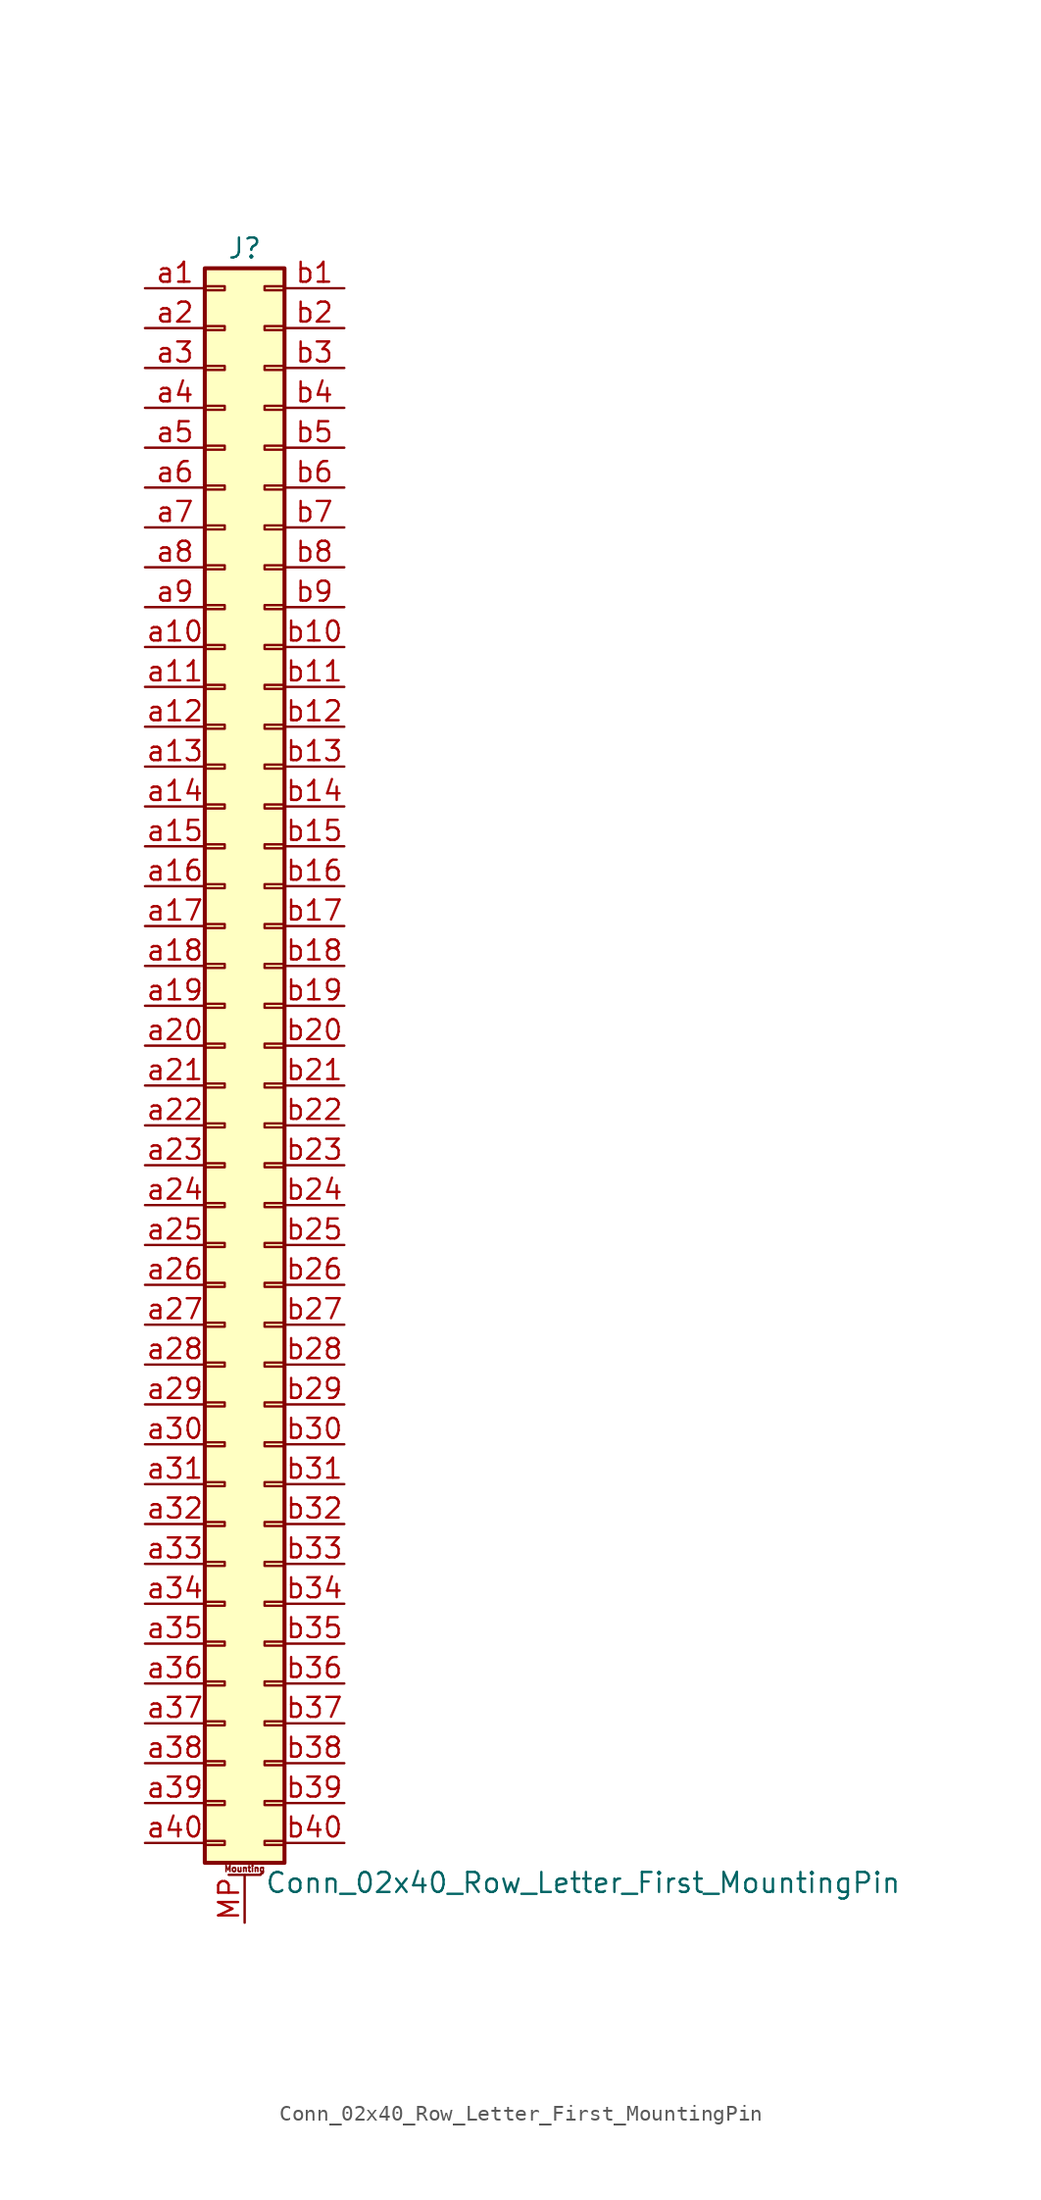
<source format=kicad_sym>
(kicad_symbol_lib
  (version 20201005)
  (generator kicad_symbol_editor)
  (symbol "Conn_02x40_Row_Letter_First_MountingPin"
    (pin_names
      (offset 1.016) hide)
    (property "Reference" "J"
      (at 1.27 50.8 0)
      (effects (font (size 1.27 1.27))))
    (property "Value" "Conn_02x40_Row_Letter_First_MountingPin"
      (at 2.54 -53.34 0)
      (effects (font (size 1.27 1.27)) (justify left)))
    (symbol "Conn_02x40_Row_Letter_First_MountingPin_1_1"
      (text "Mounting" (at 1.27 -52.451 0) (effects (font (size 0.381 0.381))))
      (rectangle (start -1.27 -50.673) (end 0 -50.927) (stroke (width 0.152)) (fill (type none)))
      (rectangle (start -1.27 -48.133) (end 0 -48.387) (stroke (width 0.152)) (fill (type none)))
      (rectangle (start -1.27 -45.593) (end 0 -45.847) (stroke (width 0.152)) (fill (type none)))
      (rectangle (start -1.27 -43.053) (end 0 -43.307) (stroke (width 0.152)) (fill (type none)))
      (rectangle (start -1.27 -40.513) (end 0 -40.767) (stroke (width 0.152)) (fill (type none)))
      (rectangle (start -1.27 -37.973) (end 0 -38.227) (stroke (width 0.152)) (fill (type none)))
      (rectangle (start -1.27 -35.433) (end 0 -35.687) (stroke (width 0.152)) (fill (type none)))
      (rectangle (start -1.27 -32.893) (end 0 -33.147) (stroke (width 0.152)) (fill (type none)))
      (rectangle (start -1.27 -30.353) (end 0 -30.607) (stroke (width 0.152)) (fill (type none)))
      (rectangle (start -1.27 -27.813) (end 0 -28.067) (stroke (width 0.152)) (fill (type none)))
      (rectangle (start -1.27 -25.273) (end 0 -25.527) (stroke (width 0.152)) (fill (type none)))
      (rectangle (start -1.27 -22.733) (end 0 -22.987) (stroke (width 0.152)) (fill (type none)))
      (rectangle (start -1.27 -20.193) (end 0 -20.447) (stroke (width 0.152)) (fill (type none)))
      (rectangle (start -1.27 -17.653) (end 0 -17.907) (stroke (width 0.152)) (fill (type none)))
      (rectangle (start -1.27 -15.113) (end 0 -15.367) (stroke (width 0.152)) (fill (type none)))
      (rectangle (start -1.27 -12.573) (end 0 -12.827) (stroke (width 0.152)) (fill (type none)))
      (rectangle (start -1.27 -10.033) (end 0 -10.287) (stroke (width 0.152)) (fill (type none)))
      (rectangle (start -1.27 -7.493) (end 0 -7.747) (stroke (width 0.152)) (fill (type none)))
      (rectangle (start -1.27 -4.953) (end 0 -5.207) (stroke (width 0.152)) (fill (type none)))
      (rectangle (start -1.27 -2.413) (end 0 -2.667) (stroke (width 0.152)) (fill (type none)))
      (rectangle (start -1.27 0.127) (end 0 -0.127) (stroke (width 0.152)) (fill (type none)))
      (rectangle (start -1.27 2.667) (end 0 2.413) (stroke (width 0.152)) (fill (type none)))
      (rectangle (start -1.27 5.207) (end 0 4.953) (stroke (width 0.152)) (fill (type none)))
      (rectangle (start -1.27 7.747) (end 0 7.493) (stroke (width 0.152)) (fill (type none)))
      (rectangle (start -1.27 10.287) (end 0 10.033) (stroke (width 0.152)) (fill (type none)))
      (rectangle (start -1.27 12.827) (end 0 12.573) (stroke (width 0.152)) (fill (type none)))
      (rectangle (start -1.27 15.367) (end 0 15.113) (stroke (width 0.152)) (fill (type none)))
      (rectangle (start -1.27 17.907) (end 0 17.653) (stroke (width 0.152)) (fill (type none)))
      (rectangle (start -1.27 20.447) (end 0 20.193) (stroke (width 0.152)) (fill (type none)))
      (rectangle (start -1.27 22.987) (end 0 22.733) (stroke (width 0.152)) (fill (type none)))
      (rectangle (start -1.27 25.527) (end 0 25.273) (stroke (width 0.152)) (fill (type none)))
      (rectangle (start -1.27 28.067) (end 0 27.813) (stroke (width 0.152)) (fill (type none)))
      (rectangle (start -1.27 30.607) (end 0 30.353) (stroke (width 0.152)) (fill (type none)))
      (rectangle (start -1.27 33.147) (end 0 32.893) (stroke (width 0.152)) (fill (type none)))
      (rectangle (start -1.27 35.687) (end 0 35.433) (stroke (width 0.152)) (fill (type none)))
      (rectangle (start -1.27 38.227) (end 0 37.973) (stroke (width 0.152)) (fill (type none)))
      (rectangle (start -1.27 40.767) (end 0 40.513) (stroke (width 0.152)) (fill (type none)))
      (rectangle (start -1.27 43.307) (end 0 43.053) (stroke (width 0.152)) (fill (type none)))
      (rectangle (start -1.27 45.847) (end 0 45.593) (stroke (width 0.152)) (fill (type none)))
      (rectangle (start -1.27 48.387) (end 0 48.133) (stroke (width 0.152)) (fill (type none)))
      (rectangle (start -1.27 49.53) (end 3.81 -52.07) (stroke (width 0.254)) (fill (type background)))
      (rectangle (start 3.81 -50.673) (end 2.54 -50.927) (stroke (width 0.152)) (fill (type none)))
      (rectangle (start 3.81 -48.133) (end 2.54 -48.387) (stroke (width 0.152)) (fill (type none)))
      (rectangle (start 3.81 -45.593) (end 2.54 -45.847) (stroke (width 0.152)) (fill (type none)))
      (rectangle (start 3.81 -43.053) (end 2.54 -43.307) (stroke (width 0.152)) (fill (type none)))
      (rectangle (start 3.81 -40.513) (end 2.54 -40.767) (stroke (width 0.152)) (fill (type none)))
      (rectangle (start 3.81 -37.973) (end 2.54 -38.227) (stroke (width 0.152)) (fill (type none)))
      (rectangle (start 3.81 -35.433) (end 2.54 -35.687) (stroke (width 0.152)) (fill (type none)))
      (rectangle (start 3.81 -32.893) (end 2.54 -33.147) (stroke (width 0.152)) (fill (type none)))
      (rectangle (start 3.81 -30.353) (end 2.54 -30.607) (stroke (width 0.152)) (fill (type none)))
      (rectangle (start 3.81 -27.813) (end 2.54 -28.067) (stroke (width 0.152)) (fill (type none)))
      (rectangle (start 3.81 -25.273) (end 2.54 -25.527) (stroke (width 0.152)) (fill (type none)))
      (rectangle (start 3.81 -22.733) (end 2.54 -22.987) (stroke (width 0.152)) (fill (type none)))
      (rectangle (start 3.81 -20.193) (end 2.54 -20.447) (stroke (width 0.152)) (fill (type none)))
      (rectangle (start 3.81 -17.653) (end 2.54 -17.907) (stroke (width 0.152)) (fill (type none)))
      (rectangle (start 3.81 -15.113) (end 2.54 -15.367) (stroke (width 0.152)) (fill (type none)))
      (rectangle (start 3.81 -12.573) (end 2.54 -12.827) (stroke (width 0.152)) (fill (type none)))
      (rectangle (start 3.81 -10.033) (end 2.54 -10.287) (stroke (width 0.152)) (fill (type none)))
      (rectangle (start 3.81 -7.493) (end 2.54 -7.747) (stroke (width 0.152)) (fill (type none)))
      (rectangle (start 3.81 -4.953) (end 2.54 -5.207) (stroke (width 0.152)) (fill (type none)))
      (rectangle (start 3.81 -2.413) (end 2.54 -2.667) (stroke (width 0.152)) (fill (type none)))
      (rectangle (start 3.81 0.127) (end 2.54 -0.127) (stroke (width 0.152)) (fill (type none)))
      (rectangle (start 3.81 2.667) (end 2.54 2.413) (stroke (width 0.152)) (fill (type none)))
      (rectangle (start 3.81 5.207) (end 2.54 4.953) (stroke (width 0.152)) (fill (type none)))
      (rectangle (start 3.81 7.747) (end 2.54 7.493) (stroke (width 0.152)) (fill (type none)))
      (rectangle (start 3.81 10.287) (end 2.54 10.033) (stroke (width 0.152)) (fill (type none)))
      (rectangle (start 3.81 12.827) (end 2.54 12.573) (stroke (width 0.152)) (fill (type none)))
      (rectangle (start 3.81 15.367) (end 2.54 15.113) (stroke (width 0.152)) (fill (type none)))
      (rectangle (start 3.81 17.907) (end 2.54 17.653) (stroke (width 0.152)) (fill (type none)))
      (rectangle (start 3.81 20.447) (end 2.54 20.193) (stroke (width 0.152)) (fill (type none)))
      (rectangle (start 3.81 22.987) (end 2.54 22.733) (stroke (width 0.152)) (fill (type none)))
      (rectangle (start 3.81 25.527) (end 2.54 25.273) (stroke (width 0.152)) (fill (type none)))
      (rectangle (start 3.81 28.067) (end 2.54 27.813) (stroke (width 0.152)) (fill (type none)))
      (rectangle (start 3.81 30.607) (end 2.54 30.353) (stroke (width 0.152)) (fill (type none)))
      (rectangle (start 3.81 33.147) (end 2.54 32.893) (stroke (width 0.152)) (fill (type none)))
      (rectangle (start 3.81 35.687) (end 2.54 35.433) (stroke (width 0.152)) (fill (type none)))
      (rectangle (start 3.81 38.227) (end 2.54 37.973) (stroke (width 0.152)) (fill (type none)))
      (rectangle (start 3.81 40.767) (end 2.54 40.513) (stroke (width 0.152)) (fill (type none)))
      (rectangle (start 3.81 43.307) (end 2.54 43.053) (stroke (width 0.152)) (fill (type none)))
      (rectangle (start 3.81 45.847) (end 2.54 45.593) (stroke (width 0.152)) (fill (type none)))
      (rectangle (start 3.81 48.387) (end 2.54 48.133) (stroke (width 0.152)) (fill (type none)))
      (polyline (pts (xy 0.254 -52.832) (xy 2.286 -52.832)) (stroke (width 0.152)) (fill (type none)))
      (pin passive line (at 1.27 -55.88 90) (length 3.048) (name "MountPin" (effects (font (size 1.27 1.27)))) (number "MP" (effects (font (size 1.27 1.27)))))
      (pin passive line (at -5.08 48.26 0) (length 3.81) (name "Pin_a1" (effects (font (size 1.27 1.27)))) (number "a1" (effects (font (size 1.27 1.27)))))
      (pin passive line (at -5.08 25.4 0) (length 3.81) (name "Pin_a10" (effects (font (size 1.27 1.27)))) (number "a10" (effects (font (size 1.27 1.27)))))
      (pin passive line (at -5.08 22.86 0) (length 3.81) (name "Pin_a11" (effects (font (size 1.27 1.27)))) (number "a11" (effects (font (size 1.27 1.27)))))
      (pin passive line (at -5.08 20.32 0) (length 3.81) (name "Pin_a12" (effects (font (size 1.27 1.27)))) (number "a12" (effects (font (size 1.27 1.27)))))
      (pin passive line (at -5.08 17.78 0) (length 3.81) (name "Pin_a13" (effects (font (size 1.27 1.27)))) (number "a13" (effects (font (size 1.27 1.27)))))
      (pin passive line (at -5.08 15.24 0) (length 3.81) (name "Pin_a14" (effects (font (size 1.27 1.27)))) (number "a14" (effects (font (size 1.27 1.27)))))
      (pin passive line (at -5.08 12.7 0) (length 3.81) (name "Pin_a15" (effects (font (size 1.27 1.27)))) (number "a15" (effects (font (size 1.27 1.27)))))
      (pin passive line (at -5.08 10.16 0) (length 3.81) (name "Pin_a16" (effects (font (size 1.27 1.27)))) (number "a16" (effects (font (size 1.27 1.27)))))
      (pin passive line (at -5.08 7.62 0) (length 3.81) (name "Pin_a17" (effects (font (size 1.27 1.27)))) (number "a17" (effects (font (size 1.27 1.27)))))
      (pin passive line (at -5.08 5.08 0) (length 3.81) (name "Pin_a18" (effects (font (size 1.27 1.27)))) (number "a18" (effects (font (size 1.27 1.27)))))
      (pin passive line (at -5.08 2.54 0) (length 3.81) (name "Pin_a19" (effects (font (size 1.27 1.27)))) (number "a19" (effects (font (size 1.27 1.27)))))
      (pin passive line (at -5.08 45.72 0) (length 3.81) (name "Pin_a2" (effects (font (size 1.27 1.27)))) (number "a2" (effects (font (size 1.27 1.27)))))
      (pin passive line (at -5.08 0 0) (length 3.81) (name "Pin_a20" (effects (font (size 1.27 1.27)))) (number "a20" (effects (font (size 1.27 1.27)))))
      (pin passive line (at -5.08 -2.54 0) (length 3.81) (name "Pin_a21" (effects (font (size 1.27 1.27)))) (number "a21" (effects (font (size 1.27 1.27)))))
      (pin passive line (at -5.08 -5.08 0) (length 3.81) (name "Pin_a22" (effects (font (size 1.27 1.27)))) (number "a22" (effects (font (size 1.27 1.27)))))
      (pin passive line (at -5.08 -7.62 0) (length 3.81) (name "Pin_a23" (effects (font (size 1.27 1.27)))) (number "a23" (effects (font (size 1.27 1.27)))))
      (pin passive line (at -5.08 -10.16 0) (length 3.81) (name "Pin_a24" (effects (font (size 1.27 1.27)))) (number "a24" (effects (font (size 1.27 1.27)))))
      (pin passive line (at -5.08 -12.7 0) (length 3.81) (name "Pin_a25" (effects (font (size 1.27 1.27)))) (number "a25" (effects (font (size 1.27 1.27)))))
      (pin passive line (at -5.08 -15.24 0) (length 3.81) (name "Pin_a26" (effects (font (size 1.27 1.27)))) (number "a26" (effects (font (size 1.27 1.27)))))
      (pin passive line (at -5.08 -17.78 0) (length 3.81) (name "Pin_a27" (effects (font (size 1.27 1.27)))) (number "a27" (effects (font (size 1.27 1.27)))))
      (pin passive line (at -5.08 -20.32 0) (length 3.81) (name "Pin_a28" (effects (font (size 1.27 1.27)))) (number "a28" (effects (font (size 1.27 1.27)))))
      (pin passive line (at -5.08 -22.86 0) (length 3.81) (name "Pin_a29" (effects (font (size 1.27 1.27)))) (number "a29" (effects (font (size 1.27 1.27)))))
      (pin passive line (at -5.08 43.18 0) (length 3.81) (name "Pin_a3" (effects (font (size 1.27 1.27)))) (number "a3" (effects (font (size 1.27 1.27)))))
      (pin passive line (at -5.08 -25.4 0) (length 3.81) (name "Pin_a30" (effects (font (size 1.27 1.27)))) (number "a30" (effects (font (size 1.27 1.27)))))
      (pin passive line (at -5.08 -27.94 0) (length 3.81) (name "Pin_a31" (effects (font (size 1.27 1.27)))) (number "a31" (effects (font (size 1.27 1.27)))))
      (pin passive line (at -5.08 -30.48 0) (length 3.81) (name "Pin_a32" (effects (font (size 1.27 1.27)))) (number "a32" (effects (font (size 1.27 1.27)))))
      (pin passive line (at -5.08 -33.02 0) (length 3.81) (name "Pin_a33" (effects (font (size 1.27 1.27)))) (number "a33" (effects (font (size 1.27 1.27)))))
      (pin passive line (at -5.08 -35.56 0) (length 3.81) (name "Pin_a34" (effects (font (size 1.27 1.27)))) (number "a34" (effects (font (size 1.27 1.27)))))
      (pin passive line (at -5.08 -38.1 0) (length 3.81) (name "Pin_a35" (effects (font (size 1.27 1.27)))) (number "a35" (effects (font (size 1.27 1.27)))))
      (pin passive line (at -5.08 -40.64 0) (length 3.81) (name "Pin_a36" (effects (font (size 1.27 1.27)))) (number "a36" (effects (font (size 1.27 1.27)))))
      (pin passive line (at -5.08 -43.18 0) (length 3.81) (name "Pin_a37" (effects (font (size 1.27 1.27)))) (number "a37" (effects (font (size 1.27 1.27)))))
      (pin passive line (at -5.08 -45.72 0) (length 3.81) (name "Pin_a38" (effects (font (size 1.27 1.27)))) (number "a38" (effects (font (size 1.27 1.27)))))
      (pin passive line (at -5.08 -48.26 0) (length 3.81) (name "Pin_a39" (effects (font (size 1.27 1.27)))) (number "a39" (effects (font (size 1.27 1.27)))))
      (pin passive line (at -5.08 40.64 0) (length 3.81) (name "Pin_a4" (effects (font (size 1.27 1.27)))) (number "a4" (effects (font (size 1.27 1.27)))))
      (pin passive line (at -5.08 -50.8 0) (length 3.81) (name "Pin_a40" (effects (font (size 1.27 1.27)))) (number "a40" (effects (font (size 1.27 1.27)))))
      (pin passive line (at -5.08 38.1 0) (length 3.81) (name "Pin_a5" (effects (font (size 1.27 1.27)))) (number "a5" (effects (font (size 1.27 1.27)))))
      (pin passive line (at -5.08 35.56 0) (length 3.81) (name "Pin_a6" (effects (font (size 1.27 1.27)))) (number "a6" (effects (font (size 1.27 1.27)))))
      (pin passive line (at -5.08 33.02 0) (length 3.81) (name "Pin_a7" (effects (font (size 1.27 1.27)))) (number "a7" (effects (font (size 1.27 1.27)))))
      (pin passive line (at -5.08 30.48 0) (length 3.81) (name "Pin_a8" (effects (font (size 1.27 1.27)))) (number "a8" (effects (font (size 1.27 1.27)))))
      (pin passive line (at -5.08 27.94 0) (length 3.81) (name "Pin_a9" (effects (font (size 1.27 1.27)))) (number "a9" (effects (font (size 1.27 1.27)))))
      (pin passive line (at 7.62 48.26 180) (length 3.81) (name "Pin_b1" (effects (font (size 1.27 1.27)))) (number "b1" (effects (font (size 1.27 1.27)))))
      (pin passive line (at 7.62 25.4 180) (length 3.81) (name "Pin_b10" (effects (font (size 1.27 1.27)))) (number "b10" (effects (font (size 1.27 1.27)))))
      (pin passive line (at 7.62 22.86 180) (length 3.81) (name "Pin_b11" (effects (font (size 1.27 1.27)))) (number "b11" (effects (font (size 1.27 1.27)))))
      (pin passive line (at 7.62 20.32 180) (length 3.81) (name "Pin_b12" (effects (font (size 1.27 1.27)))) (number "b12" (effects (font (size 1.27 1.27)))))
      (pin passive line (at 7.62 17.78 180) (length 3.81) (name "Pin_b13" (effects (font (size 1.27 1.27)))) (number "b13" (effects (font (size 1.27 1.27)))))
      (pin passive line (at 7.62 15.24 180) (length 3.81) (name "Pin_b14" (effects (font (size 1.27 1.27)))) (number "b14" (effects (font (size 1.27 1.27)))))
      (pin passive line (at 7.62 12.7 180) (length 3.81) (name "Pin_b15" (effects (font (size 1.27 1.27)))) (number "b15" (effects (font (size 1.27 1.27)))))
      (pin passive line (at 7.62 10.16 180) (length 3.81) (name "Pin_b16" (effects (font (size 1.27 1.27)))) (number "b16" (effects (font (size 1.27 1.27)))))
      (pin passive line (at 7.62 7.62 180) (length 3.81) (name "Pin_b17" (effects (font (size 1.27 1.27)))) (number "b17" (effects (font (size 1.27 1.27)))))
      (pin passive line (at 7.62 5.08 180) (length 3.81) (name "Pin_b18" (effects (font (size 1.27 1.27)))) (number "b18" (effects (font (size 1.27 1.27)))))
      (pin passive line (at 7.62 2.54 180) (length 3.81) (name "Pin_b19" (effects (font (size 1.27 1.27)))) (number "b19" (effects (font (size 1.27 1.27)))))
      (pin passive line (at 7.62 45.72 180) (length 3.81) (name "Pin_b2" (effects (font (size 1.27 1.27)))) (number "b2" (effects (font (size 1.27 1.27)))))
      (pin passive line (at 7.62 0 180) (length 3.81) (name "Pin_b20" (effects (font (size 1.27 1.27)))) (number "b20" (effects (font (size 1.27 1.27)))))
      (pin passive line (at 7.62 -2.54 180) (length 3.81) (name "Pin_b21" (effects (font (size 1.27 1.27)))) (number "b21" (effects (font (size 1.27 1.27)))))
      (pin passive line (at 7.62 -5.08 180) (length 3.81) (name "Pin_b22" (effects (font (size 1.27 1.27)))) (number "b22" (effects (font (size 1.27 1.27)))))
      (pin passive line (at 7.62 -7.62 180) (length 3.81) (name "Pin_b23" (effects (font (size 1.27 1.27)))) (number "b23" (effects (font (size 1.27 1.27)))))
      (pin passive line (at 7.62 -10.16 180) (length 3.81) (name "Pin_b24" (effects (font (size 1.27 1.27)))) (number "b24" (effects (font (size 1.27 1.27)))))
      (pin passive line (at 7.62 -12.7 180) (length 3.81) (name "Pin_b25" (effects (font (size 1.27 1.27)))) (number "b25" (effects (font (size 1.27 1.27)))))
      (pin passive line (at 7.62 -15.24 180) (length 3.81) (name "Pin_b26" (effects (font (size 1.27 1.27)))) (number "b26" (effects (font (size 1.27 1.27)))))
      (pin passive line (at 7.62 -17.78 180) (length 3.81) (name "Pin_b27" (effects (font (size 1.27 1.27)))) (number "b27" (effects (font (size 1.27 1.27)))))
      (pin passive line (at 7.62 -20.32 180) (length 3.81) (name "Pin_b28" (effects (font (size 1.27 1.27)))) (number "b28" (effects (font (size 1.27 1.27)))))
      (pin passive line (at 7.62 -22.86 180) (length 3.81) (name "Pin_b29" (effects (font (size 1.27 1.27)))) (number "b29" (effects (font (size 1.27 1.27)))))
      (pin passive line (at 7.62 43.18 180) (length 3.81) (name "Pin_b3" (effects (font (size 1.27 1.27)))) (number "b3" (effects (font (size 1.27 1.27)))))
      (pin passive line (at 7.62 -25.4 180) (length 3.81) (name "Pin_b30" (effects (font (size 1.27 1.27)))) (number "b30" (effects (font (size 1.27 1.27)))))
      (pin passive line (at 7.62 -27.94 180) (length 3.81) (name "Pin_b31" (effects (font (size 1.27 1.27)))) (number "b31" (effects (font (size 1.27 1.27)))))
      (pin passive line (at 7.62 -30.48 180) (length 3.81) (name "Pin_b32" (effects (font (size 1.27 1.27)))) (number "b32" (effects (font (size 1.27 1.27)))))
      (pin passive line (at 7.62 -33.02 180) (length 3.81) (name "Pin_b33" (effects (font (size 1.27 1.27)))) (number "b33" (effects (font (size 1.27 1.27)))))
      (pin passive line (at 7.62 -35.56 180) (length 3.81) (name "Pin_b34" (effects (font (size 1.27 1.27)))) (number "b34" (effects (font (size 1.27 1.27)))))
      (pin passive line (at 7.62 -38.1 180) (length 3.81) (name "Pin_b35" (effects (font (size 1.27 1.27)))) (number "b35" (effects (font (size 1.27 1.27)))))
      (pin passive line (at 7.62 -40.64 180) (length 3.81) (name "Pin_b36" (effects (font (size 1.27 1.27)))) (number "b36" (effects (font (size 1.27 1.27)))))
      (pin passive line (at 7.62 -43.18 180) (length 3.81) (name "Pin_b37" (effects (font (size 1.27 1.27)))) (number "b37" (effects (font (size 1.27 1.27)))))
      (pin passive line (at 7.62 -45.72 180) (length 3.81) (name "Pin_b38" (effects (font (size 1.27 1.27)))) (number "b38" (effects (font (size 1.27 1.27)))))
      (pin passive line (at 7.62 -48.26 180) (length 3.81) (name "Pin_b39" (effects (font (size 1.27 1.27)))) (number "b39" (effects (font (size 1.27 1.27)))))
      (pin passive line (at 7.62 40.64 180) (length 3.81) (name "Pin_b4" (effects (font (size 1.27 1.27)))) (number "b4" (effects (font (size 1.27 1.27)))))
      (pin passive line (at 7.62 -50.8 180) (length 3.81) (name "Pin_b40" (effects (font (size 1.27 1.27)))) (number "b40" (effects (font (size 1.27 1.27)))))
      (pin passive line (at 7.62 38.1 180) (length 3.81) (name "Pin_b5" (effects (font (size 1.27 1.27)))) (number "b5" (effects (font (size 1.27 1.27)))))
      (pin passive line (at 7.62 35.56 180) (length 3.81) (name "Pin_b6" (effects (font (size 1.27 1.27)))) (number "b6" (effects (font (size 1.27 1.27)))))
      (pin passive line (at 7.62 33.02 180) (length 3.81) (name "Pin_b7" (effects (font (size 1.27 1.27)))) (number "b7" (effects (font (size 1.27 1.27)))))
      (pin passive line (at 7.62 30.48 180) (length 3.81) (name "Pin_b8" (effects (font (size 1.27 1.27)))) (number "b8" (effects (font (size 1.27 1.27)))))
      (pin passive line (at 7.62 27.94 180) (length 3.81) (name "Pin_b9" (effects (font (size 1.27 1.27)))) (number "b9" (effects (font (size 1.27 1.27))))))))
</source>
